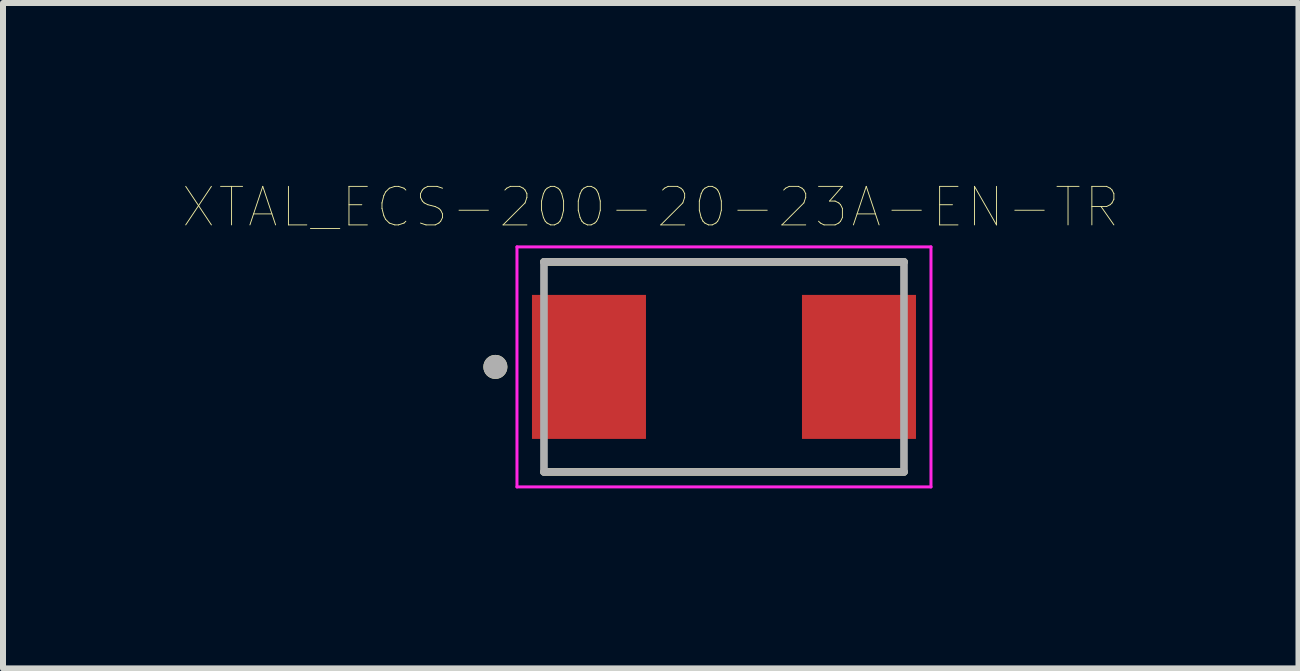
<source format=kicad_pcb>
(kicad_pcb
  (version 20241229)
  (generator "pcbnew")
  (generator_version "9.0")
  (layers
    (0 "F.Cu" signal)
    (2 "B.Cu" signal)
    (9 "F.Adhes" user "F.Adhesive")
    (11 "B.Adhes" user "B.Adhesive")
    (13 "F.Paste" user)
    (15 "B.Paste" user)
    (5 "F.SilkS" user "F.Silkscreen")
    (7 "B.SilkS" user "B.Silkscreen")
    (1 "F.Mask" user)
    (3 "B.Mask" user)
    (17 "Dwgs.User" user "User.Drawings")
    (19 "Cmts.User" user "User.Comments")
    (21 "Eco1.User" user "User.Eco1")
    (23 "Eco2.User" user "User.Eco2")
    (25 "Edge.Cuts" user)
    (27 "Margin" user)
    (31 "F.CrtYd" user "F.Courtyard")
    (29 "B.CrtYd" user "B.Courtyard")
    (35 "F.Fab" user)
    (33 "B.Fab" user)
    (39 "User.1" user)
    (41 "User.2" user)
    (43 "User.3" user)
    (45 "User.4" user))
  (footprint "XTAL_ECS-200-20-23A-EN-TR"
    (layer "F.Cu")
    (at 9.016 3.065)
    (property "Reference" "XTAL_ECS-200-20-23A-EN-TR" (at -1.221 -2.663 0) (layer "F.SilkS") (effects (font (size 0.642 0.642) (thickness 0.015))))
    (attr through_hole)
    (fp_line (start -3 -1.75) (end 3 -1.75) (stroke (width 0.127) (type solid)) (layer "F.SilkS"))
    (fp_line (start -3 1.75) (end 3 1.75) (stroke (width 0.127) (type solid)) (layer "F.SilkS"))
    (fp_circle (center -3.81 0) (end -3.71 0) (stroke (width 0.2) (type solid)) (fill no) (layer "F.SilkS"))
    (fp_line (start -3.45 -2) (end 3.45 -2) (stroke (width 0.05) (type solid)) (layer "F.CrtYd"))
    (fp_line (start -3.45 2) (end -3.45 -2) (stroke (width 0.05) (type solid)) (layer "F.CrtYd"))
    (fp_line (start 3.45 -2) (end 3.45 2) (stroke (width 0.05) (type solid)) (layer "F.CrtYd"))
    (fp_line (start 3.45 2) (end -3.45 2) (stroke (width 0.05) (type solid)) (layer "F.CrtYd"))
    (fp_line (start -3 -1.75) (end -3 1.75) (stroke (width 0.127) (type solid)) (layer "F.Fab"))
    (fp_line (start -3 -1.75) (end 3 -1.75) (stroke (width 0.127) (type solid)) (layer "F.Fab"))
    (fp_line (start -3 1.75) (end 3 1.75) (stroke (width 0.127) (type solid)) (layer "F.Fab"))
    (fp_line (start 3 1.75) (end 3 -1.75) (stroke (width 0.127) (type solid)) (layer "F.Fab"))
    (fp_circle (center -3.81 0) (end -3.71 0) (stroke (width 0.2) (type solid)) (fill no) (layer "F.Fab"))
    (pad "1" smd rect (at -2.25 0) (size 1.9 2.4) (layers "F.Cu" "F.Mask" "F.Paste"))
    (pad "2" smd rect (at 2.25 0) (size 1.9 2.4) (layers "F.Cu" "F.Mask" "F.Paste")))
  (gr_rect
    (start -3 -3)
    (end 18.591 8.09)
    (stroke (width 0.1) (type default))
    (fill no)
    (layer "Edge.Cuts")))
</source>
